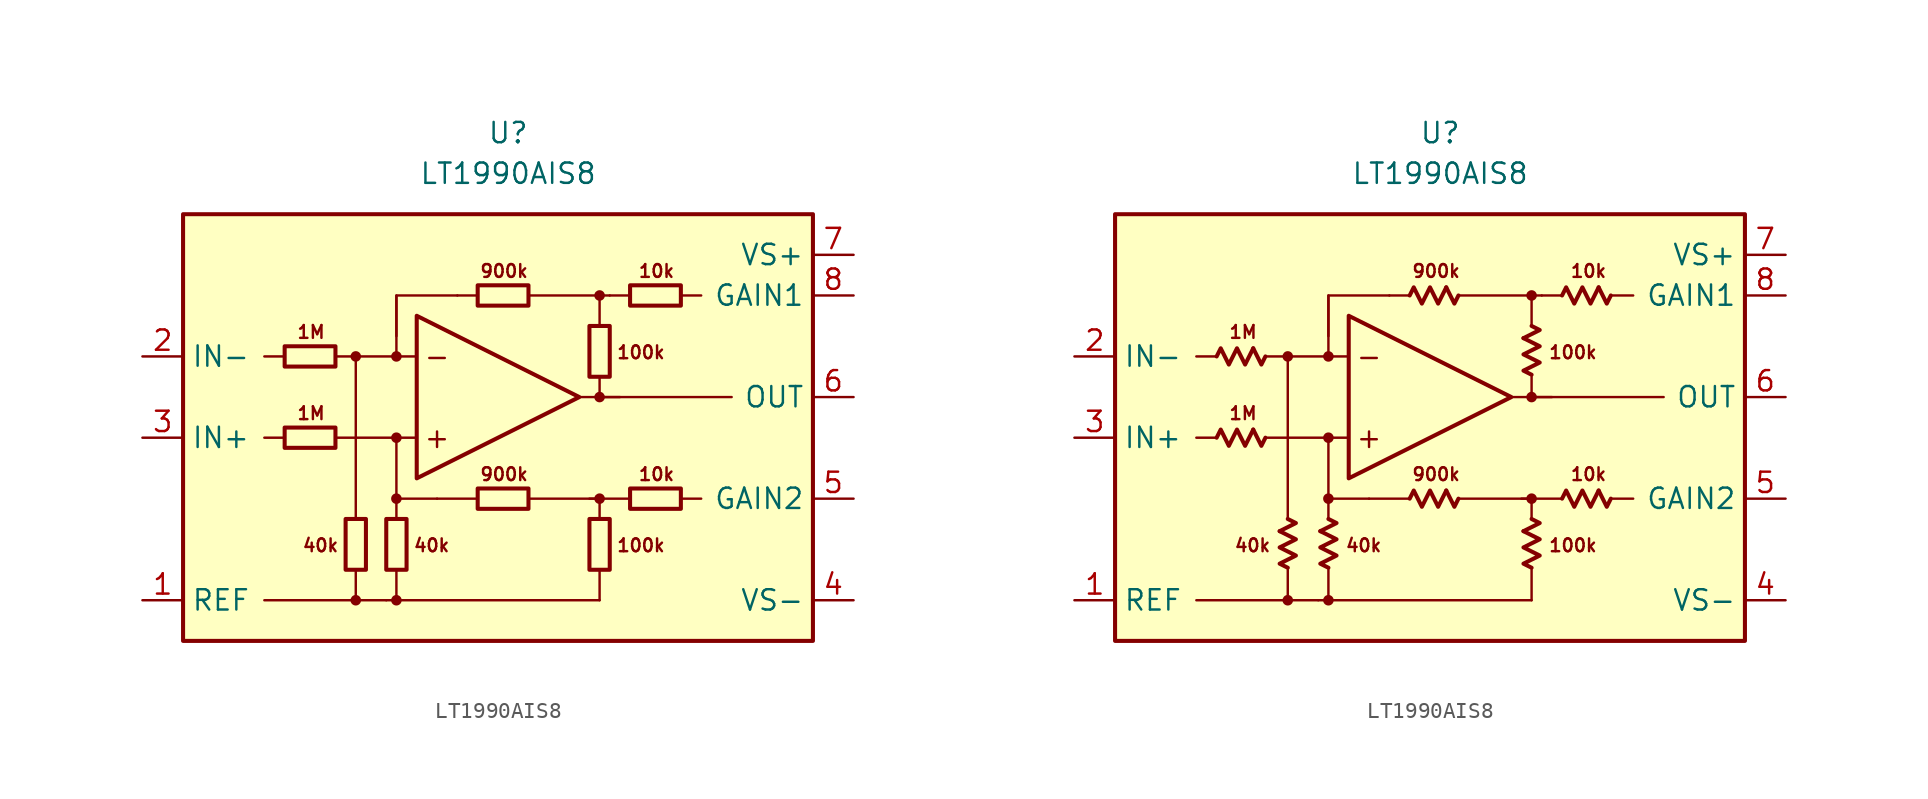
<source format=kicad_sym>
(kicad_symbol_lib
  (version 20231120)
  (generator "kicad_symbol_editor")
  (generator_version "8.0")
  (symbol "LT1990AIS8"
    (property "Reference" "U"
      (at 0 19.05 0)
      (effects (font (size 1.27 1.27))))
    (property "Value" "LT1990AIS8"
      (at 0 16.51 0)
      (effects (font (size 1.27 1.27))))
    (symbol "LT1990AIS8_0_0"
      (rectangle (start -20.32 13.97) (end 19.05 -12.7) (stroke (width 0.254) (type default)) (fill (type background)))
      (circle (center -9.525 -10.16) (radius 0.254) (stroke (width 0.152) (type default)) (fill (type outline)))
      (circle (center -9.525 5.08) (radius 0.254) (stroke (width 0.152) (type default)) (fill (type outline)))
      (circle (center -6.985 -10.16) (radius 0.254) (stroke (width 0.152) (type default)) (fill (type outline)))
      (circle (center -6.985 -3.81) (radius 0.254) (stroke (width 0.152) (type default)) (fill (type outline)))
      (circle (center -6.985 0) (radius 0.254) (stroke (width 0.152) (type default)) (fill (type outline)))
      (circle (center -6.985 5.08) (radius 0.254) (stroke (width 0.152) (type default)) (fill (type outline)))
      (polyline (pts (xy -13.97 0) (xy -15.24 0)) (stroke (width 0.152) (type default)) (fill (type none)))
      (polyline (pts (xy -13.97 5.08) (xy -15.24 5.08)) (stroke (width 0.152) (type default)) (fill (type none)))
      (polyline (pts (xy -9.525 -8.255) (xy -9.525 -10.16)) (stroke (width 0.152) (type default)) (fill (type none)))
      (polyline (pts (xy -9.525 -5.08) (xy -9.525 5.08)) (stroke (width 0.152) (type default)) (fill (type none)))
      (polyline (pts (xy -7.62 -10.16) (xy -15.24 -10.16)) (stroke (width 0.152) (type default)) (fill (type none)))
      (polyline (pts (xy -6.985 -8.255) (xy -6.985 -10.16)) (stroke (width 0.152) (type default)) (fill (type none)))
      (polyline (pts (xy -6.985 -3.81) (xy -6.985 0)) (stroke (width 0.152) (type default)) (fill (type none)))
      (polyline (pts (xy -6.985 5.08) (xy -6.985 8.89)) (stroke (width 0.152) (type default)) (fill (type none)))
      (polyline (pts (xy -5.715 0) (xy -10.795 0)) (stroke (width 0.152) (type default)) (fill (type none)))
      (polyline (pts (xy -5.715 5.08) (xy -10.795 5.08)) (stroke (width 0.152) (type default)) (fill (type none)))
      (polyline (pts (xy -1.905 -3.81) (xy -4.445 -3.81)) (stroke (width 0.152) (type default)) (fill (type none)))
      (polyline (pts (xy -1.905 8.89) (xy -3.175 8.89)) (stroke (width 0.152) (type default)) (fill (type none)))
      (polyline (pts (xy 4.445 2.54) (xy 13.97 2.54)) (stroke (width 0.152) (type default)) (fill (type none)))
      (polyline (pts (xy 5.715 -10.16) (xy -7.62 -10.16)) (stroke (width 0.152) (type default)) (fill (type none)))
      (polyline (pts (xy 5.715 -8.255) (xy 5.715 -10.16)) (stroke (width 0.152) (type default)) (fill (type none)))
      (polyline (pts (xy 5.715 2.54) (xy 5.715 3.81)) (stroke (width 0.152) (type default)) (fill (type none)))
      (polyline (pts (xy 5.715 2.54) (xy 6.985 2.54)) (stroke (width 0.152) (type default)) (fill (type none)))
      (polyline (pts (xy 5.715 8.89) (xy 1.27 8.89)) (stroke (width 0.152) (type default)) (fill (type none)))
      (polyline (pts (xy 7.62 -3.81) (xy 5.08 -3.81)) (stroke (width 0.152) (type default)) (fill (type none)))
      (polyline (pts (xy 7.62 8.89) (xy 6.35 8.89)) (stroke (width 0.152) (type default)) (fill (type none)))
      (polyline (pts (xy 10.795 -3.81) (xy 12.065 -3.81)) (stroke (width 0.152) (type default)) (fill (type none)))
      (polyline (pts (xy 10.795 8.89) (xy 12.065 8.89)) (stroke (width 0.152) (type default)) (fill (type none)))
      (polyline (pts (xy -4.445 -3.81) (xy -6.985 -3.81) (xy -6.985 -5.08)) (stroke (width 0.152) (type default)) (fill (type none)))
      (polyline (pts (xy -3.175 8.89) (xy -6.985 8.89) (xy -6.985 6.35)) (stroke (width 0.152) (type default)) (fill (type none)))
      (polyline (pts (xy 5.715 -5.08) (xy 5.715 -3.81) (xy 1.27 -3.81)) (stroke (width 0.152) (type default)) (fill (type none)))
      (polyline (pts (xy 6.35 8.89) (xy 5.715 8.89) (xy 5.715 6.985)) (stroke (width 0.152) (type default)) (fill (type none)))
      (polyline (pts (xy -5.715 7.62) (xy -5.715 -2.54) (xy 4.445 2.54) (xy -5.715 7.62)) (stroke (width 0.254) (type default)) (fill (type none)))
      (circle (center 5.715 -3.81) (radius 0.254) (stroke (width 0.152) (type default)) (fill (type outline)))
      (circle (center 5.715 2.54) (radius 0.254) (stroke (width 0.152) (type default)) (fill (type outline)))
      (circle (center 5.715 8.89) (radius 0.254) (stroke (width 0.152) (type default)) (fill (type outline)))
      (text "+" (at -4.445 0 0) (effects (font (size 1.27 1.27))))
      (text "-" (at -4.445 5.08 0) (effects (font (size 1.27 1.27))))
      (text "100k" (at 6.731 -6.731 0) (effects (font (size 0.8 0.8)) (justify left)))
      (text "100k" (at 6.731 5.334 0) (effects (font (size 0.8 0.8)) (justify left)))
      (text "10k" (at 9.271 -2.286 0) (effects (font (size 0.8 0.8))))
      (text "10k" (at 9.271 10.414 0) (effects (font (size 0.8 0.8))))
      (text "1M" (at -12.319 1.524 0) (effects (font (size 0.8 0.8))))
      (text "1M" (at -12.319 6.604 0) (effects (font (size 0.8 0.8))))
      (text "40k" (at -10.541 -6.731 0) (effects (font (size 0.8 0.8)) (justify right)))
      (text "40k" (at -5.969 -6.731 0) (effects (font (size 0.8 0.8)) (justify left)))
      (text "900k" (at -0.254 -2.286 0) (effects (font (size 0.8 0.8))))
      (text "900k" (at -0.254 10.414 0) (effects (font (size 0.8 0.8)))))
    (symbol "LT1990AIS8_0_1"
      (rectangle (start -13.97 0.635) (end -10.795 -0.635) (stroke (width 0.254) (type default)) (fill (type none)))
      (rectangle (start -13.97 5.715) (end -10.795 4.445) (stroke (width 0.254) (type default)) (fill (type none)))
      (rectangle (start -10.16 -5.08) (end -8.89 -8.255) (stroke (width 0.254) (type default)) (fill (type none)))
      (rectangle (start -7.62 -8.255) (end -6.35 -5.08) (stroke (width 0.254) (type default)) (fill (type none)))
      (rectangle (start -1.905 -3.175) (end 1.27 -4.445) (stroke (width 0.254) (type default)) (fill (type none)))
      (rectangle (start -1.905 9.525) (end 1.27 8.255) (stroke (width 0.254) (type default)) (fill (type none)))
      (rectangle (start 5.08 -8.255) (end 6.35 -5.08) (stroke (width 0.254) (type default)) (fill (type none)))
      (rectangle (start 5.08 3.81) (end 6.35 6.985) (stroke (width 0.254) (type default)) (fill (type none)))
      (rectangle (start 7.62 -3.175) (end 10.795 -4.445) (stroke (width 0.254) (type default)) (fill (type none)))
      (rectangle (start 7.62 9.525) (end 10.795 8.255) (stroke (width 0.254) (type default)) (fill (type none))))
    (symbol "LT1990AIS8_0_2"
      (polyline (pts (xy -11.684 0.508) (xy -11.176 -0.508) (xy -10.922 0)) (stroke (width 0.254) (type default)) (fill (type none)))
      (polyline (pts (xy -11.684 5.588) (xy -11.176 4.572) (xy -10.922 5.08)) (stroke (width 0.254) (type default)) (fill (type none)))
      (polyline (pts (xy -10.033 -5.842) (xy -9.017 -5.334) (xy -9.525 -5.08)) (stroke (width 0.254) (type default)) (fill (type none)))
      (polyline (pts (xy -7.493 -5.842) (xy -6.477 -5.334) (xy -6.985 -5.08)) (stroke (width 0.254) (type default)) (fill (type none)))
      (polyline (pts (xy 0.381 -3.302) (xy 0.889 -4.318) (xy 1.143 -3.81)) (stroke (width 0.254) (type default)) (fill (type none)))
      (polyline (pts (xy 0.381 9.398) (xy 0.889 8.382) (xy 1.143 8.89)) (stroke (width 0.254) (type default)) (fill (type none)))
      (polyline (pts (xy 5.207 -5.842) (xy 6.223 -5.334) (xy 5.715 -5.08)) (stroke (width 0.254) (type default)) (fill (type none)))
      (polyline (pts (xy 5.207 6.223) (xy 6.223 6.731) (xy 5.715 6.985)) (stroke (width 0.254) (type default)) (fill (type none)))
      (polyline (pts (xy 9.906 -3.302) (xy 10.414 -4.318) (xy 10.668 -3.81)) (stroke (width 0.254) (type default)) (fill (type none)))
      (polyline (pts (xy 9.906 9.398) (xy 10.414 8.382) (xy 10.668 8.89)) (stroke (width 0.254) (type default)) (fill (type none)))
      (polyline (pts (xy -13.97 0) (xy -13.716 0.508) (xy -13.208 -0.508) (xy -12.7 0.508) (xy -12.192 -0.508) (xy -11.684 0.508)) (stroke (width 0.254) (type default)) (fill (type none)))
      (polyline (pts (xy -13.97 5.08) (xy -13.716 5.588) (xy -13.208 4.572) (xy -12.7 5.588) (xy -12.192 4.572) (xy -11.684 5.588)) (stroke (width 0.254) (type default)) (fill (type none)))
      (polyline (pts (xy -9.525 -8.128) (xy -10.033 -7.874) (xy -9.017 -7.366) (xy -10.033 -6.858) (xy -9.017 -6.35) (xy -10.033 -5.842)) (stroke (width 0.254) (type default)) (fill (type none)))
      (polyline (pts (xy -6.985 -8.128) (xy -7.493 -7.874) (xy -6.477 -7.366) (xy -7.493 -6.858) (xy -6.477 -6.35) (xy -7.493 -5.842)) (stroke (width 0.254) (type default)) (fill (type none)))
      (polyline (pts (xy -1.905 -3.81) (xy -1.651 -3.302) (xy -1.143 -4.318) (xy -0.635 -3.302) (xy -0.127 -4.318) (xy 0.381 -3.302)) (stroke (width 0.254) (type default)) (fill (type none)))
      (polyline (pts (xy -1.905 8.89) (xy -1.651 9.398) (xy -1.143 8.382) (xy -0.635 9.398) (xy -0.127 8.382) (xy 0.381 9.398)) (stroke (width 0.254) (type default)) (fill (type none)))
      (polyline (pts (xy 5.715 -8.128) (xy 5.207 -7.874) (xy 6.223 -7.366) (xy 5.207 -6.858) (xy 6.223 -6.35) (xy 5.207 -5.842)) (stroke (width 0.254) (type default)) (fill (type none)))
      (polyline (pts (xy 5.715 3.937) (xy 5.207 4.191) (xy 6.223 4.699) (xy 5.207 5.207) (xy 6.223 5.715) (xy 5.207 6.223)) (stroke (width 0.254) (type default)) (fill (type none)))
      (polyline (pts (xy 7.62 -3.81) (xy 7.874 -3.302) (xy 8.382 -4.318) (xy 8.89 -3.302) (xy 9.398 -4.318) (xy 9.906 -3.302)) (stroke (width 0.254) (type default)) (fill (type none)))
      (polyline (pts (xy 7.62 8.89) (xy 7.874 9.398) (xy 8.382 8.382) (xy 8.89 9.398) (xy 9.398 8.382) (xy 9.906 9.398)) (stroke (width 0.254) (type default)) (fill (type none))))
    (symbol "LT1990AIS8_1_1"
      (pin input line (at -22.86 -10.16 0) (length 2.54) (name "REF" (effects (font (size 1.27 1.27)))) (number "1" (effects (font (size 1.27 1.27)))))
      (pin input line (at -22.86 5.08 0) (length 2.54) (name "IN-" (effects (font (size 1.27 1.27)))) (number "2" (effects (font (size 1.27 1.27)))))
      (pin input line (at -22.86 0 0) (length 2.54) (name "IN+" (effects (font (size 1.27 1.27)))) (number "3" (effects (font (size 1.27 1.27)))))
      (pin power_in line (at 21.59 -10.16 180) (length 2.54) (name "VS-" (effects (font (size 1.27 1.27)))) (number "4" (effects (font (size 1.27 1.27)))))
      (pin passive line (at 21.59 -3.81 180) (length 2.54) (name "GAIN2" (effects (font (size 1.27 1.27)))) (number "5" (effects (font (size 1.27 1.27)))))
      (pin output line (at 21.59 2.54 180) (length 2.54) (name "OUT" (effects (font (size 1.27 1.27)))) (number "6" (effects (font (size 1.27 1.27)))))
      (pin power_in line (at 21.59 11.43 180) (length 2.54) (name "VS+" (effects (font (size 1.27 1.27)))) (number "7" (effects (font (size 1.27 1.27)))))
      (pin passive line (at 21.59 8.89 180) (length 2.54) (name "GAIN1" (effects (font (size 1.27 1.27)))) (number "8" (effects (font (size 1.27 1.27))))))
    (symbol "LT1990AIS8_1_2"
      (pin input line (at -22.86 -10.16 0) (length 2.54) (name "REF" (effects (font (size 1.27 1.27)))) (number "1" (effects (font (size 1.27 1.27)))))
      (pin input line (at -22.86 5.08 0) (length 2.54) (name "IN-" (effects (font (size 1.27 1.27)))) (number "2" (effects (font (size 1.27 1.27)))))
      (pin input line (at -22.86 0 0) (length 2.54) (name "IN+" (effects (font (size 1.27 1.27)))) (number "3" (effects (font (size 1.27 1.27)))))
      (pin power_in line (at 21.59 -10.16 180) (length 2.54) (name "VS-" (effects (font (size 1.27 1.27)))) (number "4" (effects (font (size 1.27 1.27)))))
      (pin passive line (at 21.59 -3.81 180) (length 2.54) (name "GAIN2" (effects (font (size 1.27 1.27)))) (number "5" (effects (font (size 1.27 1.27)))))
      (pin output line (at 21.59 2.54 180) (length 2.54) (name "OUT" (effects (font (size 1.27 1.27)))) (number "6" (effects (font (size 1.27 1.27)))))
      (pin power_in line (at 21.59 11.43 180) (length 2.54) (name "VS+" (effects (font (size 1.27 1.27)))) (number "7" (effects (font (size 1.27 1.27)))))
      (pin passive line (at 21.59 8.89 180) (length 2.54) (name "GAIN1" (effects (font (size 1.27 1.27)))) (number "8" (effects (font (size 1.27 1.27))))))))
</source>
